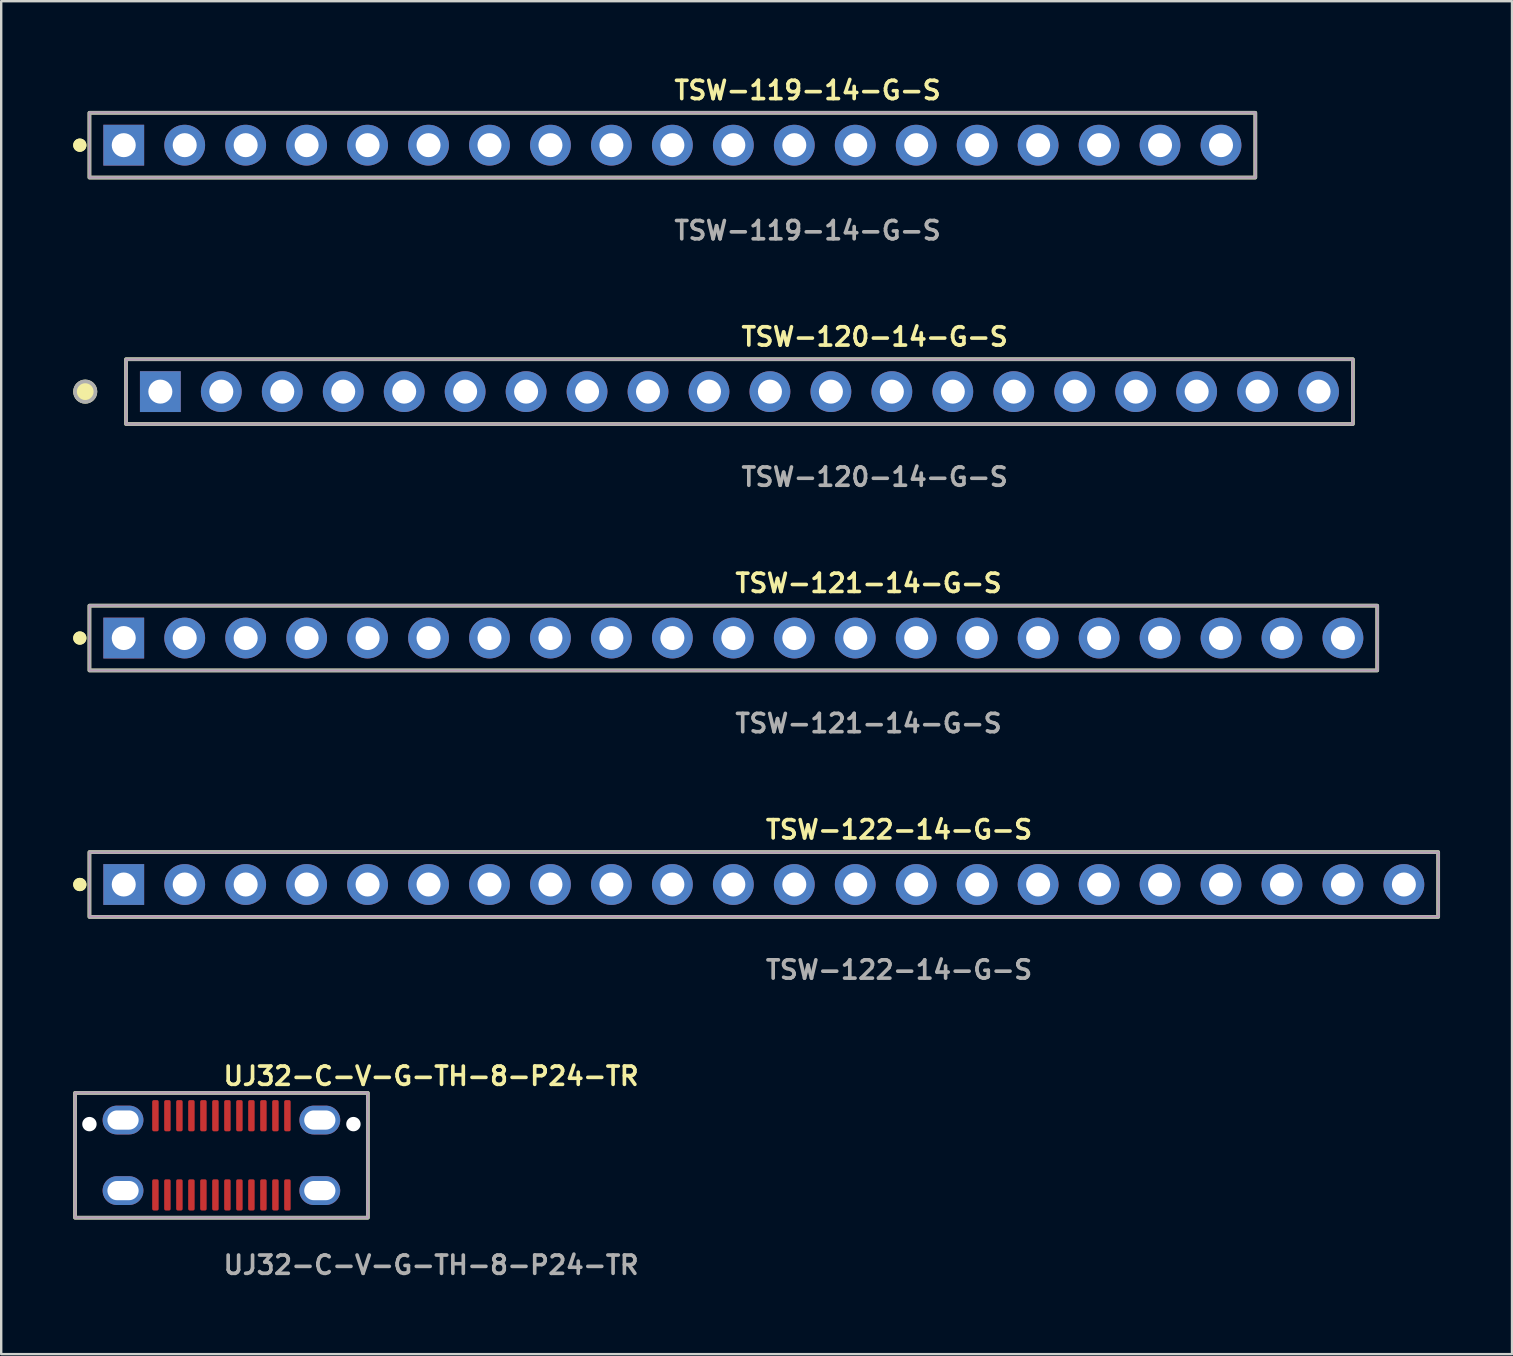
<source format=kicad_pcb>
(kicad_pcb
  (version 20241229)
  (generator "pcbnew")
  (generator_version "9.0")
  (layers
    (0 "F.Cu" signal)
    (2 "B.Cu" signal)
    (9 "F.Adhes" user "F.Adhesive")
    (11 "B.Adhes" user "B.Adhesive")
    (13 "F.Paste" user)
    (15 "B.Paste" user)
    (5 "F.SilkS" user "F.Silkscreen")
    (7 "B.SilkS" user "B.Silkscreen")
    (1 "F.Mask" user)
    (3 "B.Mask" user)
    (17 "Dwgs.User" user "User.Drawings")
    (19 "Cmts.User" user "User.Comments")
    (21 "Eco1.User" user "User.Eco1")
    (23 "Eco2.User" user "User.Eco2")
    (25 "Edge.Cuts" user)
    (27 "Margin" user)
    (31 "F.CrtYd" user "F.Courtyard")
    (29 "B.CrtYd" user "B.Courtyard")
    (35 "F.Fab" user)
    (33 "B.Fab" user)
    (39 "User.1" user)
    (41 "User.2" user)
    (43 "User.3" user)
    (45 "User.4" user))
  (footprint "TSW-121-14-G-S"
    (layer "F.Cu")
    (at 27.506 23.536)
    (property "Reference" "TSW-121-14-G-S" (at 0 -2.286 0) (unlocked yes) (layer "F.SilkS") (effects (font (size 0.762 0.762) (thickness 0.152)) (justify left)))
    (fp_rect (start -26.83 1.35) (end 26.83 -1.35) (stroke (width 0.152) (type solid)) (fill no) (layer "F.SilkS"))
    (fp_circle (center -27.23 0) (end -27.43 0) (stroke (width 0.152) (type solid)) (fill yes) (layer "F.SilkS"))
    (fp_circle (center -27.23 0) (end -27.43 0) (stroke (width 0.152) (type solid)) (fill yes) (layer "F.SilkS"))
    (fp_rect (start -26.83 1.35) (end 26.83 -1.35) (stroke (width 0.006) (type solid)) (fill no) (layer "F.CrtYd"))
    (fp_rect (start -26.83 1.35) (end 26.83 -1.35) (stroke (width 0.152) (type solid)) (fill no) (layer "F.Fab"))
    (fp_text user "${REFERENCE}" (at 0 3.556 0) (unlocked yes) (layer "F.Fab") (effects (font (size 0.762 0.762) (thickness 0.152)) (justify left)))
    (pad "1" thru_hole rect (at -25.4 0) (size 1.7 1.7) (drill 1) (layers "*.Cu" "*.Mask"))
    (pad "2" thru_hole circle (at -22.86 0) (size 1.7 1.7) (drill 1) (layers "*.Cu" "*.Mask"))
    (pad "3" thru_hole circle (at -20.32 0) (size 1.7 1.7) (drill 1) (layers "*.Cu" "*.Mask"))
    (pad "4" thru_hole circle (at -17.78 0) (size 1.7 1.7) (drill 1) (layers "*.Cu" "*.Mask"))
    (pad "5" thru_hole circle (at -15.24 0) (size 1.7 1.7) (drill 1) (layers "*.Cu" "*.Mask"))
    (pad "6" thru_hole circle (at -12.7 0) (size 1.7 1.7) (drill 1) (layers "*.Cu" "*.Mask"))
    (pad "7" thru_hole circle (at -10.16 0) (size 1.7 1.7) (drill 1) (layers "*.Cu" "*.Mask"))
    (pad "8" thru_hole circle (at -7.62 0) (size 1.7 1.7) (drill 1) (layers "*.Cu" "*.Mask"))
    (pad "9" thru_hole circle (at -5.08 0) (size 1.7 1.7) (drill 1) (layers "*.Cu" "*.Mask"))
    (pad "10" thru_hole circle (at -2.54 0) (size 1.7 1.7) (drill 1) (layers "*.Cu" "*.Mask"))
    (pad "11" thru_hole circle (at 0 0) (size 1.7 1.7) (drill 1) (layers "*.Cu" "*.Mask"))
    (pad "12" thru_hole circle (at 2.54 0) (size 1.7 1.7) (drill 1) (layers "*.Cu" "*.Mask"))
    (pad "13" thru_hole circle (at 5.08 0) (size 1.7 1.7) (drill 1) (layers "*.Cu" "*.Mask"))
    (pad "14" thru_hole circle (at 7.62 0) (size 1.7 1.7) (drill 1) (layers "*.Cu" "*.Mask"))
    (pad "15" thru_hole circle (at 10.16 0) (size 1.7 1.7) (drill 1) (layers "*.Cu" "*.Mask"))
    (pad "16" thru_hole circle (at 12.7 0) (size 1.7 1.7) (drill 1) (layers "*.Cu" "*.Mask"))
    (pad "17" thru_hole circle (at 15.24 0) (size 1.7 1.7) (drill 1) (layers "*.Cu" "*.Mask"))
    (pad "18" thru_hole circle (at 17.78 0) (size 1.7 1.7) (drill 1) (layers "*.Cu" "*.Mask"))
    (pad "19" thru_hole circle (at 20.32 0) (size 1.7 1.7) (drill 1) (layers "*.Cu" "*.Mask"))
    (pad "20" thru_hole circle (at 22.86 0) (size 1.7 1.7) (drill 1) (layers "*.Cu" "*.Mask"))
    (pad "21" thru_hole circle (at 25.4 0) (size 1.7 1.7) (drill 1) (layers "*.Cu" "*.Mask")))
  (footprint "TSW-119-14-G-S"
    (layer "F.Cu")
    (at 24.966 2.999)
    (property "Reference" "TSW-119-14-G-S" (at 0 -2.286 0) (unlocked yes) (layer "F.SilkS") (effects (font (size 0.762 0.762) (thickness 0.152)) (justify left)))
    (fp_rect (start -24.29 1.35) (end 24.29 -1.35) (stroke (width 0.152) (type solid)) (fill no) (layer "F.SilkS"))
    (fp_circle (center -24.69 0) (end -24.89 0) (stroke (width 0.152) (type solid)) (fill yes) (layer "F.SilkS"))
    (fp_circle (center -24.69 0) (end -24.89 0) (stroke (width 0.152) (type solid)) (fill yes) (layer "F.SilkS"))
    (fp_rect (start -24.29 1.35) (end 24.29 -1.35) (stroke (width 0.006) (type solid)) (fill no) (layer "F.CrtYd"))
    (fp_rect (start -24.29 1.35) (end 24.29 -1.35) (stroke (width 0.152) (type solid)) (fill no) (layer "F.Fab"))
    (fp_text user "${REFERENCE}" (at 0 3.556 0) (unlocked yes) (layer "F.Fab") (effects (font (size 0.762 0.762) (thickness 0.152)) (justify left)))
    (pad "1" thru_hole rect (at -22.86 0) (size 1.7 1.7) (drill 1) (layers "*.Cu" "*.Mask"))
    (pad "2" thru_hole circle (at -20.32 0) (size 1.7 1.7) (drill 1) (layers "*.Cu" "*.Mask"))
    (pad "3" thru_hole circle (at -17.78 0) (size 1.7 1.7) (drill 1) (layers "*.Cu" "*.Mask"))
    (pad "4" thru_hole circle (at -15.24 0) (size 1.7 1.7) (drill 1) (layers "*.Cu" "*.Mask"))
    (pad "5" thru_hole circle (at -12.7 0) (size 1.7 1.7) (drill 1) (layers "*.Cu" "*.Mask"))
    (pad "6" thru_hole circle (at -10.16 0) (size 1.7 1.7) (drill 1) (layers "*.Cu" "*.Mask"))
    (pad "7" thru_hole circle (at -7.62 0) (size 1.7 1.7) (drill 1) (layers "*.Cu" "*.Mask"))
    (pad "8" thru_hole circle (at -5.08 0) (size 1.7 1.7) (drill 1) (layers "*.Cu" "*.Mask"))
    (pad "9" thru_hole circle (at -2.54 0) (size 1.7 1.7) (drill 1) (layers "*.Cu" "*.Mask"))
    (pad "10" thru_hole circle (at 0 0) (size 1.7 1.7) (drill 1) (layers "*.Cu" "*.Mask"))
    (pad "11" thru_hole circle (at 2.54 0) (size 1.7 1.7) (drill 1) (layers "*.Cu" "*.Mask"))
    (pad "12" thru_hole circle (at 5.08 0) (size 1.7 1.7) (drill 1) (layers "*.Cu" "*.Mask"))
    (pad "13" thru_hole circle (at 7.62 0) (size 1.7 1.7) (drill 1) (layers "*.Cu" "*.Mask"))
    (pad "14" thru_hole circle (at 10.16 0) (size 1.7 1.7) (drill 1) (layers "*.Cu" "*.Mask"))
    (pad "15" thru_hole circle (at 12.7 0) (size 1.7 1.7) (drill 1) (layers "*.Cu" "*.Mask"))
    (pad "16" thru_hole circle (at 15.24 0) (size 1.7 1.7) (drill 1) (layers "*.Cu" "*.Mask"))
    (pad "17" thru_hole circle (at 17.78 0) (size 1.7 1.7) (drill 1) (layers "*.Cu" "*.Mask"))
    (pad "18" thru_hole circle (at 20.32 0) (size 1.7 1.7) (drill 1) (layers "*.Cu" "*.Mask"))
    (pad "19" thru_hole circle (at 22.86 0) (size 1.7 1.7) (drill 1) (layers "*.Cu" "*.Mask")))
  (footprint "UJ32-C-V-G-TH-8-P24-TR"
    (layer "F.Cu")
    (at 6.176 45.089)
    (property "Reference" "UJ32-C-V-G-TH-8-P24-TR" (at 0 -3.302 0) (unlocked yes) (layer "F.SilkS") (effects (font (size 0.762 0.762) (thickness 0.152)) (justify left)))
    (fp_rect (start -6.1 2.6) (end 6.1 -2.6) (stroke (width 0.152) (type solid)) (fill no) (layer "F.SilkS"))
    (fp_rect (start -6.1 2.6) (end 6.1 -2.6) (stroke (width 0.006) (type solid)) (fill no) (layer "F.CrtYd"))
    (fp_rect (start -6.1 2.6) (end 6.1 -2.6) (stroke (width 0.152) (type solid)) (fill no) (layer "F.Fab"))
    (fp_text user "${REFERENCE}" (at 0 4.572 0) (unlocked yes) (layer "F.Fab") (effects (font (size 0.762 0.762) (thickness 0.152)) (justify left)))
    (pad "" np_thru_hole circle (at -5.5 -1.3) (size 0.6 0.6) (drill 0.6) (layers "*.Cu" "*.Mask"))
    (pad "" thru_hole oval (at -4.1 -1.47) (size 1.7 1.2) (drill oval 1.3 0.8) (layers "*.Cu" "*.Mask"))
    (pad "" thru_hole oval (at -4.1 1.47) (size 1.7 1.2) (drill oval 1.3 0.8) (layers "*.Cu" "*.Mask"))
    (pad "" thru_hole oval (at 4.1 -1.47) (size 1.7 1.2) (drill oval 1.3 0.8) (layers "*.Cu" "*.Mask"))
    (pad "" thru_hole oval (at 4.1 1.47) (size 1.7 1.2) (drill oval 1.3 0.8) (layers "*.Cu" "*.Mask"))
    (pad "" np_thru_hole circle (at 5.5 -1.3) (size 0.6 0.6) (drill 0.6) (layers "*.Cu" "*.Mask"))
    (pad "A1" smd roundrect (at 2.75 1.65) (size 0.27 1.3) (layers "F.Cu" "F.Paste") (roundrect_rratio 0.25))
    (pad "A2" smd roundrect (at 2.25 1.65) (size 0.27 1.3) (layers "F.Cu" "F.Paste") (roundrect_rratio 0.25))
    (pad "A3" smd roundrect (at 1.75 1.65) (size 0.27 1.3) (layers "F.Cu" "F.Paste") (roundrect_rratio 0.25))
    (pad "A4" smd roundrect (at 1.25 1.65) (size 0.27 1.3) (layers "F.Cu" "F.Paste") (roundrect_rratio 0.25))
    (pad "A5" smd roundrect (at 0.75 1.65) (size 0.27 1.3) (layers "F.Cu" "F.Paste") (roundrect_rratio 0.25))
    (pad "A6" smd roundrect (at 0.25 1.65) (size 0.27 1.3) (layers "F.Cu" "F.Paste") (roundrect_rratio 0.25))
    (pad "A7" smd roundrect (at -0.25 1.65) (size 0.27 1.3) (layers "F.Cu" "F.Paste") (roundrect_rratio 0.25))
    (pad "A8" smd roundrect (at -0.75 1.65) (size 0.27 1.3) (layers "F.Cu" "F.Paste") (roundrect_rratio 0.25))
    (pad "A9" smd roundrect (at -1.25 1.65) (size 0.27 1.3) (layers "F.Cu" "F.Paste") (roundrect_rratio 0.25))
    (pad "A10" smd roundrect (at -1.75 1.65) (size 0.27 1.3) (layers "F.Cu" "F.Paste") (roundrect_rratio 0.25))
    (pad "A11" smd roundrect (at -2.25 1.65) (size 0.27 1.3) (layers "F.Cu" "F.Paste") (roundrect_rratio 0.25))
    (pad "A12" smd roundrect (at -2.75 1.65) (size 0.27 1.3) (layers "F.Cu" "F.Paste") (roundrect_rratio 0.25))
    (pad "B1" smd roundrect (at -2.75 -1.65) (size 0.27 1.3) (layers "F.Cu" "F.Paste") (roundrect_rratio 0.25))
    (pad "B2" smd roundrect (at -2.25 -1.65) (size 0.27 1.3) (layers "F.Cu" "F.Paste") (roundrect_rratio 0.25))
    (pad "B3" smd roundrect (at -1.75 -1.65) (size 0.27 1.3) (layers "F.Cu" "F.Paste") (roundrect_rratio 0.25))
    (pad "B4" smd roundrect (at -1.25 -1.65) (size 0.27 1.3) (layers "F.Cu" "F.Paste") (roundrect_rratio 0.25))
    (pad "B5" smd roundrect (at -0.75 -1.65) (size 0.27 1.3) (layers "F.Cu" "F.Paste") (roundrect_rratio 0.25))
    (pad "B6" smd roundrect (at -0.25 -1.65) (size 0.27 1.3) (layers "F.Cu" "F.Paste") (roundrect_rratio 0.25))
    (pad "B7" smd roundrect (at 0.25 -1.65) (size 0.27 1.3) (layers "F.Cu" "F.Paste") (roundrect_rratio 0.25))
    (pad "B8" smd roundrect (at 0.75 -1.65) (size 0.27 1.3) (layers "F.Cu" "F.Paste") (roundrect_rratio 0.25))
    (pad "B9" smd roundrect (at 1.25 -1.65) (size 0.27 1.3) (layers "F.Cu" "F.Paste") (roundrect_rratio 0.25))
    (pad "B10" smd roundrect (at 1.75 -1.65) (size 0.27 1.3) (layers "F.Cu" "F.Paste") (roundrect_rratio 0.25))
    (pad "B11" smd roundrect (at 2.25 -1.65) (size 0.27 1.3) (layers "F.Cu" "F.Paste") (roundrect_rratio 0.25))
    (pad "B12" smd roundrect (at 2.75 -1.65) (size 0.27 1.3) (layers "F.Cu" "F.Paste") (roundrect_rratio 0.25)))
  (footprint "TSW-122-14-G-S"
    (layer "F.Cu")
    (at 28.776 33.805)
    (property "Reference" "TSW-122-14-G-S" (at 0 -2.286 0) (unlocked yes) (layer "F.SilkS") (effects (font (size 0.762 0.762) (thickness 0.152)) (justify left)))
    (fp_rect (start -28.1 1.35) (end 28.1 -1.35) (stroke (width 0.152) (type solid)) (fill no) (layer "F.SilkS"))
    (fp_circle (center -28.5 0) (end -28.7 0) (stroke (width 0.152) (type solid)) (fill yes) (layer "F.SilkS"))
    (fp_circle (center -28.5 0) (end -28.7 0) (stroke (width 0.152) (type solid)) (fill yes) (layer "F.SilkS"))
    (fp_rect (start -28.1 1.35) (end 28.1 -1.35) (stroke (width 0.006) (type solid)) (fill no) (layer "F.CrtYd"))
    (fp_rect (start -28.1 1.35) (end 28.1 -1.35) (stroke (width 0.152) (type solid)) (fill no) (layer "F.Fab"))
    (fp_text user "${REFERENCE}" (at 0 3.556 0) (unlocked yes) (layer "F.Fab") (effects (font (size 0.762 0.762) (thickness 0.152)) (justify left)))
    (pad "1" thru_hole rect (at -26.67 0) (size 1.7 1.7) (drill 1) (layers "*.Cu" "*.Mask"))
    (pad "2" thru_hole circle (at -24.13 0) (size 1.7 1.7) (drill 1) (layers "*.Cu" "*.Mask"))
    (pad "3" thru_hole circle (at -21.59 0) (size 1.7 1.7) (drill 1) (layers "*.Cu" "*.Mask"))
    (pad "4" thru_hole circle (at -19.05 0) (size 1.7 1.7) (drill 1) (layers "*.Cu" "*.Mask"))
    (pad "5" thru_hole circle (at -16.51 0) (size 1.7 1.7) (drill 1) (layers "*.Cu" "*.Mask"))
    (pad "6" thru_hole circle (at -13.97 0) (size 1.7 1.7) (drill 1) (layers "*.Cu" "*.Mask"))
    (pad "7" thru_hole circle (at -11.43 0) (size 1.7 1.7) (drill 1) (layers "*.Cu" "*.Mask"))
    (pad "8" thru_hole circle (at -8.89 0) (size 1.7 1.7) (drill 1) (layers "*.Cu" "*.Mask"))
    (pad "9" thru_hole circle (at -6.35 0) (size 1.7 1.7) (drill 1) (layers "*.Cu" "*.Mask"))
    (pad "10" thru_hole circle (at -3.81 0) (size 1.7 1.7) (drill 1) (layers "*.Cu" "*.Mask"))
    (pad "11" thru_hole circle (at -1.27 0) (size 1.7 1.7) (drill 1) (layers "*.Cu" "*.Mask"))
    (pad "12" thru_hole circle (at 1.27 0) (size 1.7 1.7) (drill 1) (layers "*.Cu" "*.Mask"))
    (pad "13" thru_hole circle (at 3.81 0) (size 1.7 1.7) (drill 1) (layers "*.Cu" "*.Mask"))
    (pad "14" thru_hole circle (at 6.35 0) (size 1.7 1.7) (drill 1) (layers "*.Cu" "*.Mask"))
    (pad "15" thru_hole circle (at 8.89 0) (size 1.7 1.7) (drill 1) (layers "*.Cu" "*.Mask"))
    (pad "16" thru_hole circle (at 11.43 0) (size 1.7 1.7) (drill 1) (layers "*.Cu" "*.Mask"))
    (pad "17" thru_hole circle (at 13.97 0) (size 1.7 1.7) (drill 1) (layers "*.Cu" "*.Mask"))
    (pad "18" thru_hole circle (at 16.51 0) (size 1.7 1.7) (drill 1) (layers "*.Cu" "*.Mask"))
    (pad "19" thru_hole circle (at 19.05 0) (size 1.7 1.7) (drill 1) (layers "*.Cu" "*.Mask"))
    (pad "20" thru_hole circle (at 21.59 0) (size 1.7 1.7) (drill 1) (layers "*.Cu" "*.Mask"))
    (pad "21" thru_hole circle (at 24.13 0) (size 1.7 1.7) (drill 1) (layers "*.Cu" "*.Mask"))
    (pad "22" thru_hole circle (at 26.67 0) (size 1.7 1.7) (drill 1) (layers "*.Cu" "*.Mask")))
  (footprint "TSW-120-14-G-S"
    (layer "F.Cu")
    (at 27.761 13.268)
    (property "Reference" "TSW-120-14-G-S" (at 0 -2.286 0) (unlocked yes) (layer "F.SilkS") (effects (font (size 0.762 0.762) (thickness 0.152)) (justify left)))
    (fp_rect (start -25.56 1.35) (end 25.56 -1.35) (stroke (width 0.152) (type solid)) (fill no) (layer "F.SilkS"))
    (fp_circle (center -27.26 0) (end -27.685 0) (stroke (width 0.152) (type solid)) (fill yes) (layer "F.SilkS"))
    (fp_rect (start -25.56 1.35) (end 25.56 -1.35) (stroke (width 0.006) (type solid)) (fill no) (layer "F.CrtYd"))
    (fp_rect (start -25.56 1.35) (end 25.56 -1.35) (stroke (width 0.152) (type solid)) (fill no) (layer "F.Fab"))
    (fp_circle (center -27.26 0) (end -27.685 0) (stroke (width 0.152) (type solid)) (fill no) (layer "F.Fab"))
    (fp_text user "${REFERENCE}" (at 0 3.556 0) (unlocked yes) (layer "F.Fab") (effects (font (size 0.762 0.762) (thickness 0.152)) (justify left)))
    (pad "1" thru_hole rect (at -24.13 0) (size 1.7 1.7) (drill 1) (layers "*.Cu" "*.Mask"))
    (pad "2" thru_hole circle (at -21.59 0) (size 1.7 1.7) (drill 1) (layers "*.Cu" "*.Mask"))
    (pad "3" thru_hole circle (at -19.05 0) (size 1.7 1.7) (drill 1) (layers "*.Cu" "*.Mask"))
    (pad "4" thru_hole circle (at -16.51 0) (size 1.7 1.7) (drill 1) (layers "*.Cu" "*.Mask"))
    (pad "5" thru_hole circle (at -13.97 0) (size 1.7 1.7) (drill 1) (layers "*.Cu" "*.Mask"))
    (pad "6" thru_hole circle (at -11.43 0) (size 1.7 1.7) (drill 1) (layers "*.Cu" "*.Mask"))
    (pad "7" thru_hole circle (at -8.89 0) (size 1.7 1.7) (drill 1) (layers "*.Cu" "*.Mask"))
    (pad "8" thru_hole circle (at -6.35 0) (size 1.7 1.7) (drill 1) (layers "*.Cu" "*.Mask"))
    (pad "9" thru_hole circle (at -3.81 0) (size 1.7 1.7) (drill 1) (layers "*.Cu" "*.Mask"))
    (pad "10" thru_hole circle (at -1.27 0) (size 1.7 1.7) (drill 1) (layers "*.Cu" "*.Mask"))
    (pad "11" thru_hole circle (at 1.27 0) (size 1.7 1.7) (drill 1) (layers "*.Cu" "*.Mask"))
    (pad "12" thru_hole circle (at 3.81 0) (size 1.7 1.7) (drill 1) (layers "*.Cu" "*.Mask"))
    (pad "13" thru_hole circle (at 6.35 0) (size 1.7 1.7) (drill 1) (layers "*.Cu" "*.Mask"))
    (pad "14" thru_hole circle (at 8.89 0) (size 1.7 1.7) (drill 1) (layers "*.Cu" "*.Mask"))
    (pad "15" thru_hole circle (at 11.43 0) (size 1.7 1.7) (drill 1) (layers "*.Cu" "*.Mask"))
    (pad "16" thru_hole circle (at 13.97 0) (size 1.7 1.7) (drill 1) (layers "*.Cu" "*.Mask"))
    (pad "17" thru_hole circle (at 16.51 0) (size 1.7 1.7) (drill 1) (layers "*.Cu" "*.Mask"))
    (pad "18" thru_hole circle (at 19.05 0) (size 1.7 1.7) (drill 1) (layers "*.Cu" "*.Mask"))
    (pad "19" thru_hole circle (at 21.59 0) (size 1.7 1.7) (drill 1) (layers "*.Cu" "*.Mask"))
    (pad "20" thru_hole circle (at 24.13 0) (size 1.7 1.7) (drill 1) (layers "*.Cu" "*.Mask")))
  (gr_rect
    (start -3 -3)
    (end 59.952 53.374)
    (stroke (width 0.1) (type default))
    (fill no)
    (layer "Edge.Cuts")))
</source>
